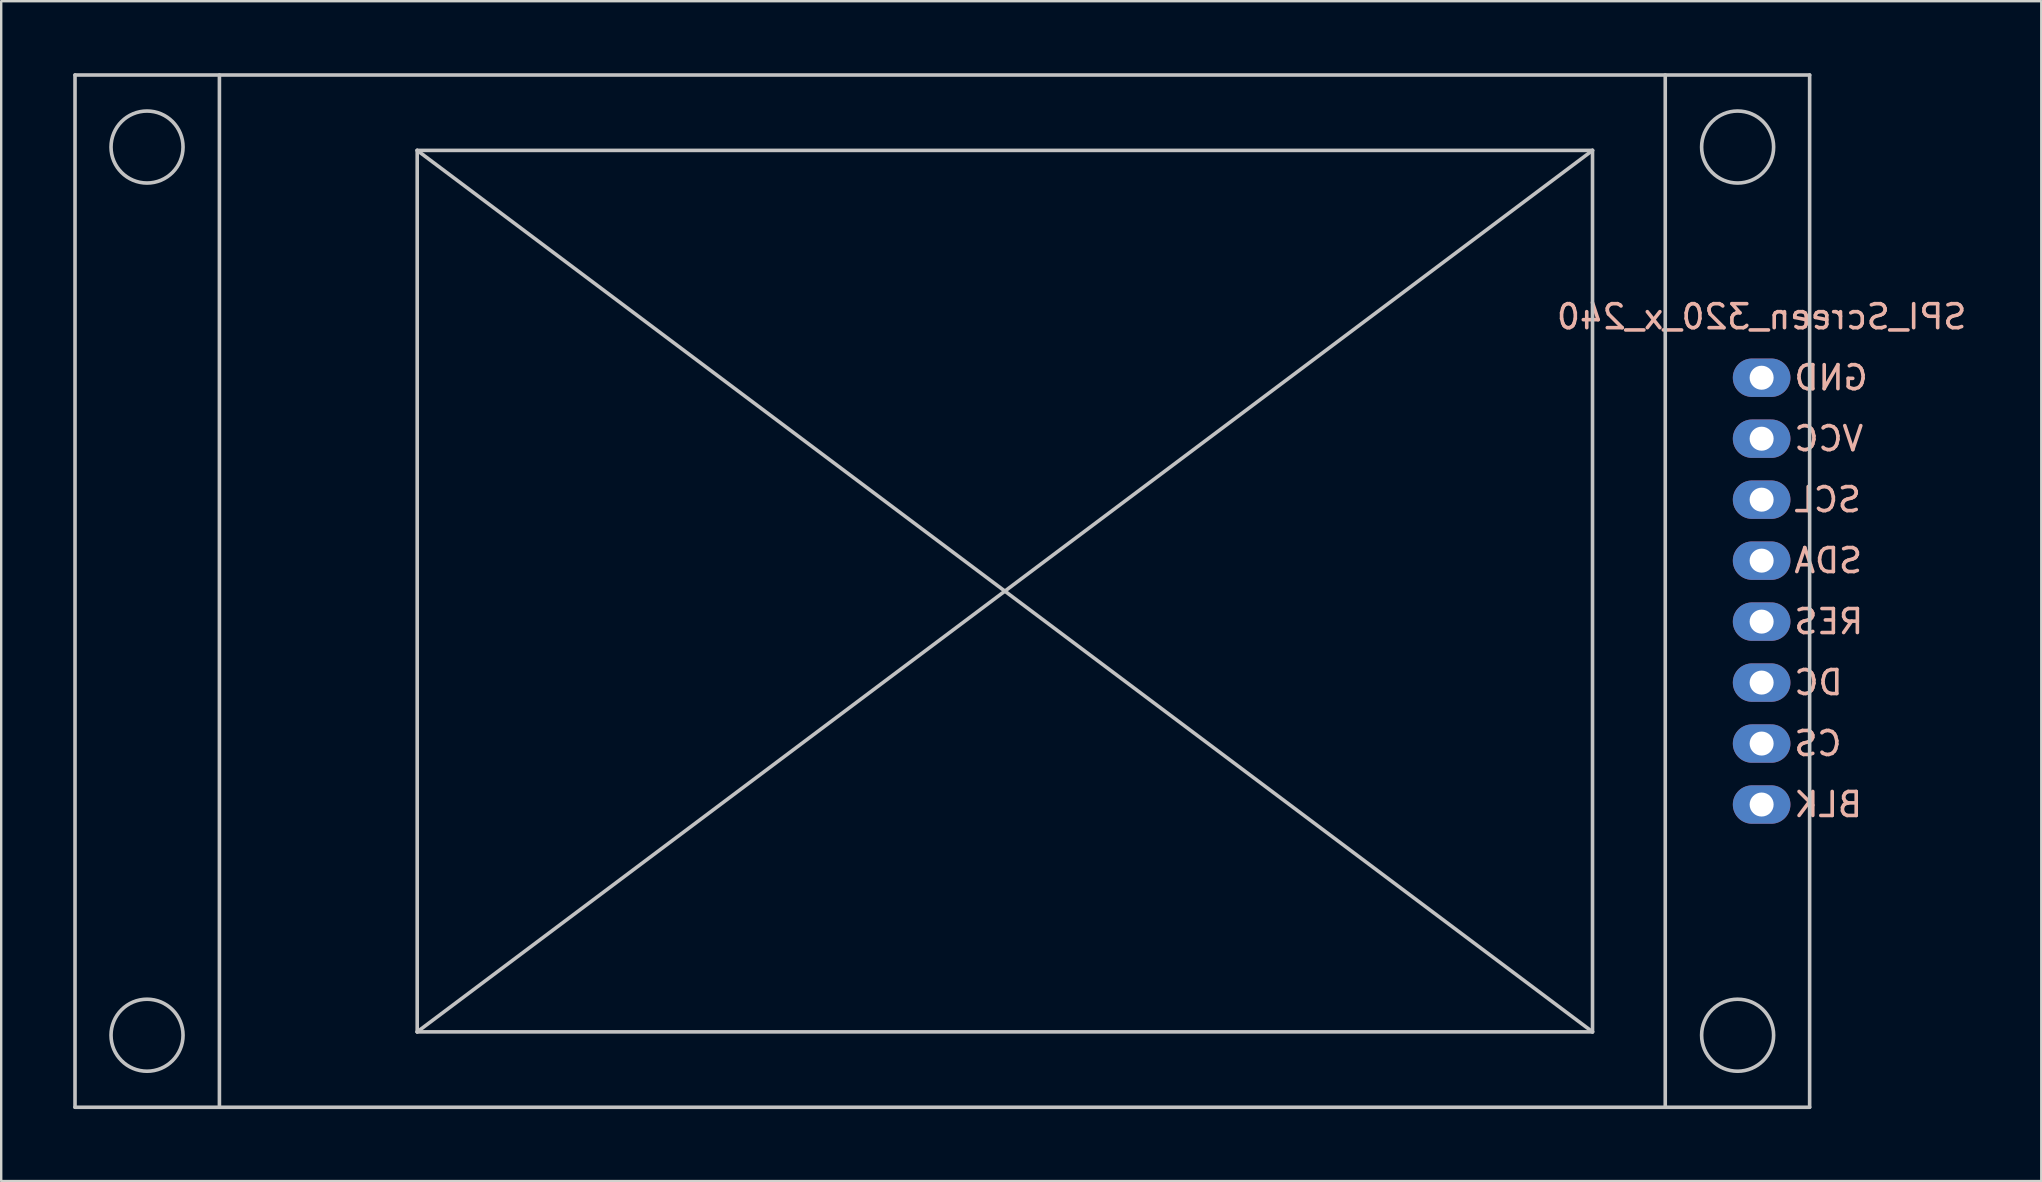
<source format=kicad_pcb>
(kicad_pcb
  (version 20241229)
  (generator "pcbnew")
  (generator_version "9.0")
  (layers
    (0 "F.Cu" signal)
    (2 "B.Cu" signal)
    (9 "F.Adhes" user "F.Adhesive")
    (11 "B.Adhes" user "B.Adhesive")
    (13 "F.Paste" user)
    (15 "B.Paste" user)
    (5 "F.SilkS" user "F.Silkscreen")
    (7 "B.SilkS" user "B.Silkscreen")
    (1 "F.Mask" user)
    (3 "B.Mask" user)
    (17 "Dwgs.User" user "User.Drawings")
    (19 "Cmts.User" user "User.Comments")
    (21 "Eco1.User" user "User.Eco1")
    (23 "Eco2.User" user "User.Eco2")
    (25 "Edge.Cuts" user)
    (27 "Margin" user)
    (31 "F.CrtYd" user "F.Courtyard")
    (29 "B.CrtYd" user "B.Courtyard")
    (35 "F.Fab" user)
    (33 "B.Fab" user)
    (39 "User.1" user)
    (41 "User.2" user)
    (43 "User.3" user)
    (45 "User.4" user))
  (footprint "SPI_Screen_320_x_240"
    (layer "F.Cu")
    (at 70.335 21.575)
    (property "Reference" "SPI_Screen_320_x_240" (at 0 -11.43 0) (layer "B.SilkS") (effects (font (size 1 1) (thickness 0.15)) (justify mirror)))
    (attr through_hole)
    (fp_line (start -70.26 -21.5) (end -70.26 21.5) (stroke (width 0.15) (type solid)) (layer "Dwgs.User"))
    (fp_line (start -70.26 21.5) (end 2 21.5) (stroke (width 0.15) (type solid)) (layer "Dwgs.User"))
    (fp_line (start -64.245 -21.5) (end -64.245 21.5) (stroke (width 0.15) (type solid)) (layer "Dwgs.User"))
    (fp_line (start -56.005 -18.36) (end -56.005 18.36) (stroke (width 0.15) (type solid)) (layer "Dwgs.User"))
    (fp_line (start -56.005 -18.36) (end -7.045 18.36) (stroke (width 0.15) (type solid)) (layer "Dwgs.User"))
    (fp_line (start -56.005 18.36) (end -7.045 18.36) (stroke (width 0.15) (type solid)) (layer "Dwgs.User"))
    (fp_line (start -7.045 -18.36) (end -56.005 -18.36) (stroke (width 0.15) (type solid)) (layer "Dwgs.User"))
    (fp_line (start -7.045 -18.36) (end -56.005 18.36) (stroke (width 0.15) (type solid)) (layer "Dwgs.User"))
    (fp_line (start -7.045 18.36) (end -7.045 -18.36) (stroke (width 0.15) (type solid)) (layer "Dwgs.User"))
    (fp_line (start -4.015 21.5) (end -4.015 -21.5) (stroke (width 0.15) (type solid)) (layer "Dwgs.User"))
    (fp_line (start 2 -21.5) (end -70.26 -21.5) (stroke (width 0.15) (type solid)) (layer "Dwgs.User"))
    (fp_line (start 2 21.5) (end 2 -21.5) (stroke (width 0.15) (type solid)) (layer "Dwgs.User"))
    (fp_circle (center -67.26 -18.5) (end -65.76 -18.5) (stroke (width 0.15) (type solid)) (fill no) (layer "Dwgs.User"))
    (fp_circle (center -67.26 18.5) (end -65.76 18.5) (stroke (width 0.15) (type solid)) (fill no) (layer "Dwgs.User"))
    (fp_circle (center -1 -18.5) (end 0.5 -18.5) (stroke (width 0.15) (type solid)) (fill no) (layer "Dwgs.User"))
    (fp_circle (center -1 18.5) (end 0.5 18.5) (stroke (width 0.15) (type solid)) (fill no) (layer "Dwgs.User"))
    (fp_text user "RES" (at 1.27 1.27 0) (layer "B.SilkS") (effects (font (size 1 1) (thickness 0.15)) (justify right mirror)))
    (fp_text user "CS" (at 1.27 6.35 0) (layer "B.SilkS") (effects (font (size 1 1) (thickness 0.15)) (justify right mirror)))
    (fp_text user "BLK" (at 1.27 8.89 0) (layer "B.SilkS") (effects (font (size 1 1) (thickness 0.15)) (justify right mirror)))
    (fp_text user "GND" (at 1.27 -8.89 0) (layer "B.SilkS") (effects (font (size 1 1) (thickness 0.15)) (justify right mirror)))
    (fp_text user "VCC" (at 1.27 -6.35 0) (layer "B.SilkS") (effects (font (size 1 1) (thickness 0.15)) (justify right mirror)))
    (fp_text user "SCL" (at 1.27 -3.81 0) (layer "B.SilkS") (effects (font (size 1 1) (thickness 0.15)) (justify right mirror)))
    (fp_text user "DC" (at 1.27 3.81 0) (layer "B.SilkS") (effects (font (size 1 1) (thickness 0.15)) (justify right mirror)))
    (fp_text user "SDA" (at 1.27 -1.27 0) (layer "B.SilkS") (effects (font (size 1 1) (thickness 0.15)) (justify right mirror)))
    (pad "1" thru_hole oval (at 0 -8.89) (size 2.4 1.6) (drill 1) (layers "*.Cu" "*.Mask"))
    (pad "2" thru_hole oval (at 0 -6.35) (size 2.4 1.6) (drill 1) (layers "*.Cu" "*.Mask"))
    (pad "3" thru_hole oval (at 0 -3.81) (size 2.4 1.6) (drill 1) (layers "*.Cu" "*.Mask"))
    (pad "4" thru_hole oval (at 0 -1.27) (size 2.4 1.6) (drill 1) (layers "*.Cu" "*.Mask"))
    (pad "5" thru_hole oval (at 0 1.27) (size 2.4 1.6) (drill 1) (layers "*.Cu" "*.Mask"))
    (pad "6" thru_hole oval (at 0 3.81) (size 2.4 1.6) (drill 1) (layers "*.Cu" "*.Mask"))
    (pad "7" thru_hole oval (at 0 6.35) (size 2.4 1.6) (drill 1) (layers "*.Cu" "*.Mask"))
    (pad "8" thru_hole oval (at 0 8.89) (size 2.4 1.6) (drill 1) (layers "*.Cu" "*.Mask")))
  (gr_rect
    (start -3 -3)
    (end 81.984 46.15)
    (stroke (width 0.1) (type default))
    (fill no)
    (layer "Edge.Cuts")))
</source>
